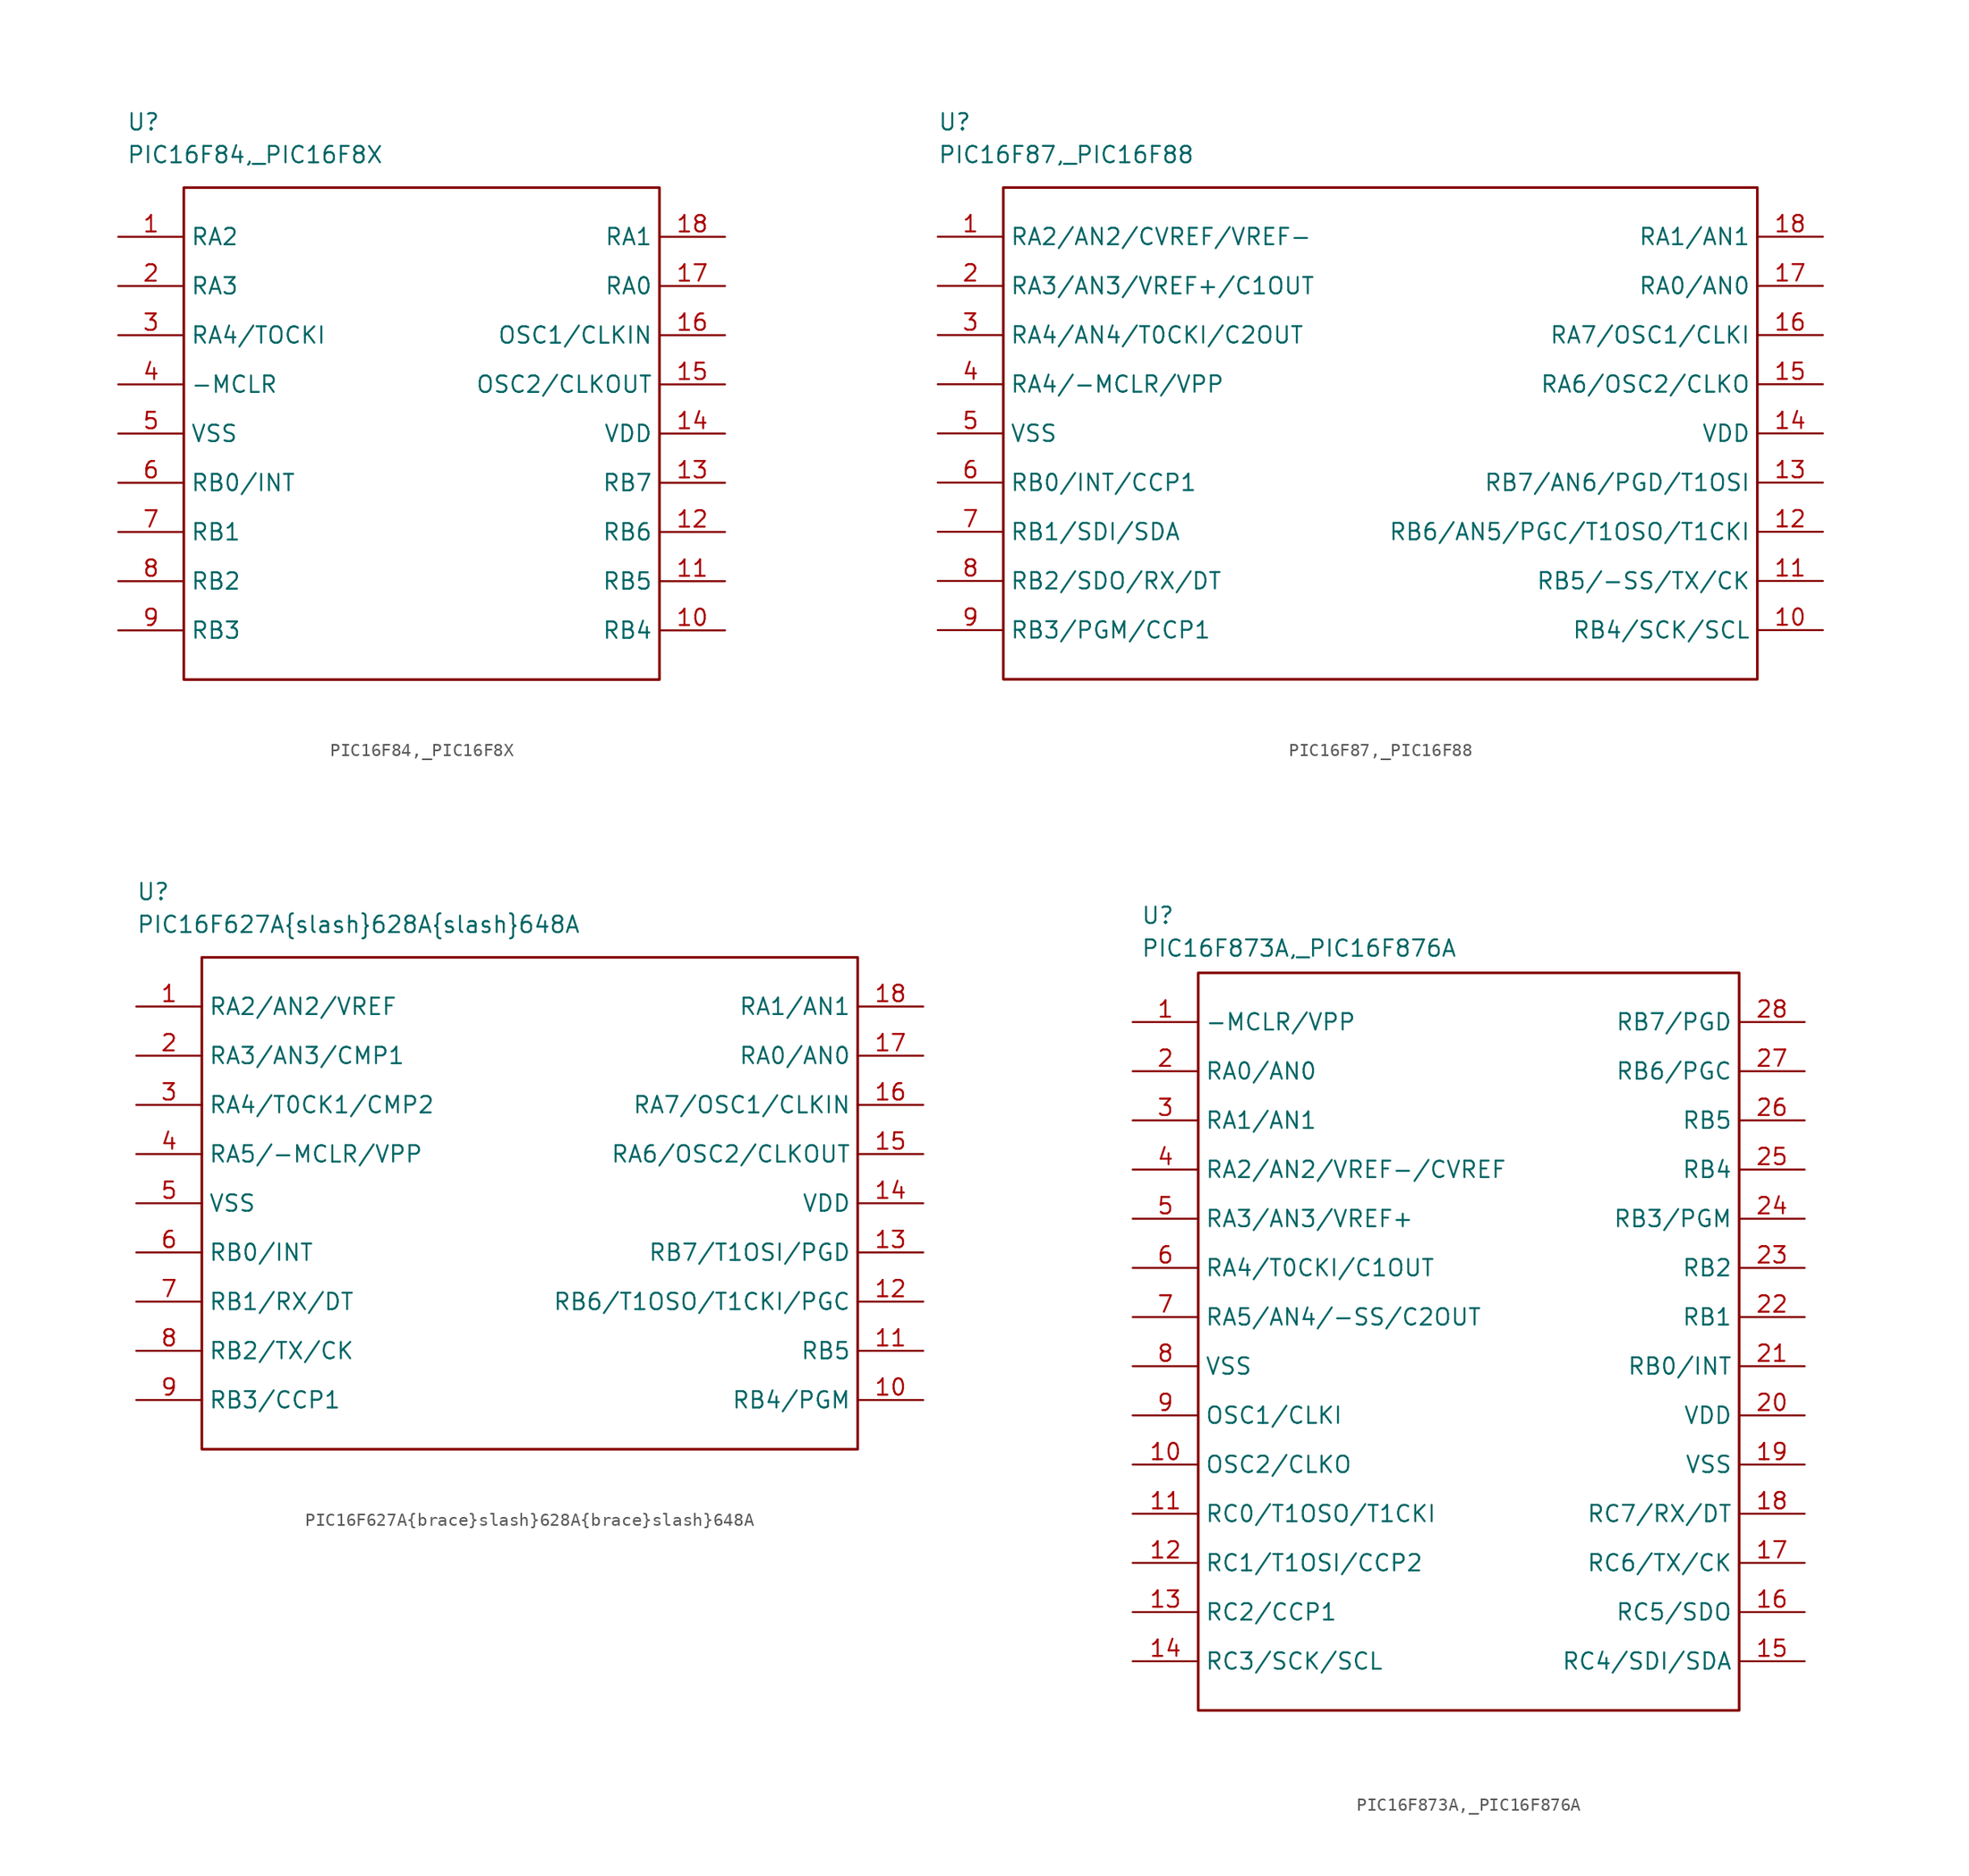
<source format=kicad_sym>
(kicad_symbol_lib
  (version 20211014)
  (generator kicad_symbol_editor)
  (symbol "PIC16F84,_PIC16F8X"
    (property "Reference" "U"
      (at -23.495 24.13 0)
      (effects (font (size 1.27 1.27)) (justify left)))
    (property "Value" "PIC16F84,_PIC16F8X"
      (at -23.495 21.59 0)
      (effects (font (size 1.27 1.27)) (justify left)))
    (property "ki_locked" ""
      (at 0 0 0)
      (effects (font (size 1.27 1.27))))
    (symbol "PIC16F84,_PIC16F8X_0_0"
      (rectangle (start -19.05 19.05) (end 17.78 -19.05) (stroke (width 0.203) (type default) (color 0 0 0 0)) (fill (type none))))
    (symbol "PIC16F84,_PIC16F8X_1_0"
      (pin unspecified line (at -24.13 15.24 0) (length 5.08) (name "RA2" (effects (font (size 1.27 1.27)))) (number "1" (effects (font (size 1.27 1.27)))))
      (pin unspecified line (at 22.86 -15.24 180) (length 5.08) (name "RB4" (effects (font (size 1.27 1.27)))) (number "10" (effects (font (size 1.27 1.27)))))
      (pin unspecified line (at 22.86 -11.43 180) (length 5.08) (name "RB5" (effects (font (size 1.27 1.27)))) (number "11" (effects (font (size 1.27 1.27)))))
      (pin unspecified line (at 22.86 -7.62 180) (length 5.08) (name "RB6" (effects (font (size 1.27 1.27)))) (number "12" (effects (font (size 1.27 1.27)))))
      (pin unspecified line (at 22.86 -3.81 180) (length 5.08) (name "RB7" (effects (font (size 1.27 1.27)))) (number "13" (effects (font (size 1.27 1.27)))))
      (pin unspecified line (at 22.86 0 180) (length 5.08) (name "VDD" (effects (font (size 1.27 1.27)))) (number "14" (effects (font (size 1.27 1.27)))))
      (pin unspecified line (at 22.86 3.81 180) (length 5.08) (name "OSC2/CLKOUT" (effects (font (size 1.27 1.27)))) (number "15" (effects (font (size 1.27 1.27)))))
      (pin unspecified line (at 22.86 7.62 180) (length 5.08) (name "OSC1/CLKIN" (effects (font (size 1.27 1.27)))) (number "16" (effects (font (size 1.27 1.27)))))
      (pin unspecified line (at 22.86 11.43 180) (length 5.08) (name "RA0" (effects (font (size 1.27 1.27)))) (number "17" (effects (font (size 1.27 1.27)))))
      (pin unspecified line (at 22.86 15.24 180) (length 5.08) (name "RA1" (effects (font (size 1.27 1.27)))) (number "18" (effects (font (size 1.27 1.27)))))
      (pin unspecified line (at -24.13 11.43 0) (length 5.08) (name "RA3" (effects (font (size 1.27 1.27)))) (number "2" (effects (font (size 1.27 1.27)))))
      (pin unspecified line (at -24.13 7.62 0) (length 5.08) (name "RA4/TOCKI" (effects (font (size 1.27 1.27)))) (number "3" (effects (font (size 1.27 1.27)))))
      (pin unspecified line (at -24.13 3.81 0) (length 5.08) (name "-MCLR" (effects (font (size 1.27 1.27)))) (number "4" (effects (font (size 1.27 1.27)))))
      (pin unspecified line (at -24.13 0 0) (length 5.08) (name "VSS" (effects (font (size 1.27 1.27)))) (number "5" (effects (font (size 1.27 1.27)))))
      (pin unspecified line (at -24.13 -3.81 0) (length 5.08) (name "RB0/INT" (effects (font (size 1.27 1.27)))) (number "6" (effects (font (size 1.27 1.27)))))
      (pin unspecified line (at -24.13 -7.62 0) (length 5.08) (name "RB1" (effects (font (size 1.27 1.27)))) (number "7" (effects (font (size 1.27 1.27)))))
      (pin unspecified line (at -24.13 -11.43 0) (length 5.08) (name "RB2" (effects (font (size 1.27 1.27)))) (number "8" (effects (font (size 1.27 1.27)))))
      (pin unspecified line (at -24.13 -15.24 0) (length 5.08) (name "RB3" (effects (font (size 1.27 1.27)))) (number "9" (effects (font (size 1.27 1.27)))))))
  (symbol "PIC16F87,_PIC16F88"
    (property "Reference" "U"
      (at -34.29 24.13 0)
      (effects (font (size 1.27 1.27)) (justify left)))
    (property "Value" "PIC16F87,_PIC16F88"
      (at -34.29 21.59 0)
      (effects (font (size 1.27 1.27)) (justify left)))
    (property "ki_locked" ""
      (at 0 0 0)
      (effects (font (size 1.27 1.27))))
    (symbol "PIC16F87,_PIC16F88_0_0"
      (rectangle (start -29.21 19.05) (end 29.21 -19.05) (stroke (width 0.203) (type default) (color 0 0 0 0)) (fill (type none))))
    (symbol "PIC16F87,_PIC16F88_1_0"
      (pin unspecified line (at -34.29 15.24 0) (length 5.08) (name "RA2/AN2/CVREF/VREF-" (effects (font (size 1.27 1.27)))) (number "1" (effects (font (size 1.27 1.27)))))
      (pin unspecified line (at 34.29 -15.24 180) (length 5.08) (name "RB4/SCK/SCL" (effects (font (size 1.27 1.27)))) (number "10" (effects (font (size 1.27 1.27)))))
      (pin unspecified line (at 34.29 -11.43 180) (length 5.08) (name "RB5/-SS/TX/CK" (effects (font (size 1.27 1.27)))) (number "11" (effects (font (size 1.27 1.27)))))
      (pin unspecified line (at 34.29 -7.62 180) (length 5.08) (name "RB6/AN5/PGC/T1OSO/T1CKI" (effects (font (size 1.27 1.27)))) (number "12" (effects (font (size 1.27 1.27)))))
      (pin unspecified line (at 34.29 -3.81 180) (length 5.08) (name "RB7/AN6/PGD/T1OSI" (effects (font (size 1.27 1.27)))) (number "13" (effects (font (size 1.27 1.27)))))
      (pin unspecified line (at 34.29 0 180) (length 5.08) (name "VDD" (effects (font (size 1.27 1.27)))) (number "14" (effects (font (size 1.27 1.27)))))
      (pin unspecified line (at 34.29 3.81 180) (length 5.08) (name "RA6/OSC2/CLKO" (effects (font (size 1.27 1.27)))) (number "15" (effects (font (size 1.27 1.27)))))
      (pin unspecified line (at 34.29 7.62 180) (length 5.08) (name "RA7/OSC1/CLKI" (effects (font (size 1.27 1.27)))) (number "16" (effects (font (size 1.27 1.27)))))
      (pin unspecified line (at 34.29 11.43 180) (length 5.08) (name "RA0/AN0" (effects (font (size 1.27 1.27)))) (number "17" (effects (font (size 1.27 1.27)))))
      (pin unspecified line (at 34.29 15.24 180) (length 5.08) (name "RA1/AN1" (effects (font (size 1.27 1.27)))) (number "18" (effects (font (size 1.27 1.27)))))
      (pin unspecified line (at -34.29 11.43 0) (length 5.08) (name "RA3/AN3/VREF+/C1OUT" (effects (font (size 1.27 1.27)))) (number "2" (effects (font (size 1.27 1.27)))))
      (pin unspecified line (at -34.29 7.62 0) (length 5.08) (name "RA4/AN4/T0CKI/C2OUT" (effects (font (size 1.27 1.27)))) (number "3" (effects (font (size 1.27 1.27)))))
      (pin unspecified line (at -34.29 3.81 0) (length 5.08) (name "RA4/-MCLR/VPP" (effects (font (size 1.27 1.27)))) (number "4" (effects (font (size 1.27 1.27)))))
      (pin unspecified line (at -34.29 0 0) (length 5.08) (name "VSS" (effects (font (size 1.27 1.27)))) (number "5" (effects (font (size 1.27 1.27)))))
      (pin unspecified line (at -34.29 -3.81 0) (length 5.08) (name "RB0/INT/CCP1" (effects (font (size 1.27 1.27)))) (number "6" (effects (font (size 1.27 1.27)))))
      (pin unspecified line (at -34.29 -7.62 0) (length 5.08) (name "RB1/SDI/SDA" (effects (font (size 1.27 1.27)))) (number "7" (effects (font (size 1.27 1.27)))))
      (pin unspecified line (at -34.29 -11.43 0) (length 5.08) (name "RB2/SDO/RX/DT" (effects (font (size 1.27 1.27)))) (number "8" (effects (font (size 1.27 1.27)))))
      (pin unspecified line (at -34.29 -15.24 0) (length 5.08) (name "RB3/PGM/CCP1" (effects (font (size 1.27 1.27)))) (number "9" (effects (font (size 1.27 1.27)))))))
  (symbol "PIC16F627A{brace}slash}628A{brace}slash}648A"
    (property "Reference" "U"
      (at -30.48 24.13 0)
      (effects (font (size 1.27 1.27)) (justify left)))
    (property "Value" "PIC16F627A{brace}slash}628A{brace}slash}648A"
      (at -30.48 21.59 0)
      (effects (font (size 1.27 1.27)) (justify left)))
    (property "ki_locked" ""
      (at 0 0 0)
      (effects (font (size 1.27 1.27))))
    (symbol "PIC16F627A{brace}slash}628A{brace}slash}648A_0_0"
      (rectangle (start -25.4 19.05) (end 25.4 -19.05) (stroke (width 0.203) (type default) (color 0 0 0 0)) (fill (type none))))
    (symbol "PIC16F627A{brace}slash}628A{brace}slash}648A_1_0"
      (pin unspecified line (at -30.48 15.24 0) (length 5.08) (name "RA2/AN2/VREF" (effects (font (size 1.27 1.27)))) (number "1" (effects (font (size 1.27 1.27)))))
      (pin unspecified line (at 30.48 -15.24 180) (length 5.08) (name "RB4/PGM" (effects (font (size 1.27 1.27)))) (number "10" (effects (font (size 1.27 1.27)))))
      (pin unspecified line (at 30.48 -11.43 180) (length 5.08) (name "RB5" (effects (font (size 1.27 1.27)))) (number "11" (effects (font (size 1.27 1.27)))))
      (pin unspecified line (at 30.48 -7.62 180) (length 5.08) (name "RB6/T1OSO/T1CKI/PGC" (effects (font (size 1.27 1.27)))) (number "12" (effects (font (size 1.27 1.27)))))
      (pin unspecified line (at 30.48 -3.81 180) (length 5.08) (name "RB7/T1OSI/PGD" (effects (font (size 1.27 1.27)))) (number "13" (effects (font (size 1.27 1.27)))))
      (pin unspecified line (at 30.48 0 180) (length 5.08) (name "VDD" (effects (font (size 1.27 1.27)))) (number "14" (effects (font (size 1.27 1.27)))))
      (pin unspecified line (at 30.48 3.81 180) (length 5.08) (name "RA6/OSC2/CLKOUT" (effects (font (size 1.27 1.27)))) (number "15" (effects (font (size 1.27 1.27)))))
      (pin unspecified line (at 30.48 7.62 180) (length 5.08) (name "RA7/OSC1/CLKIN" (effects (font (size 1.27 1.27)))) (number "16" (effects (font (size 1.27 1.27)))))
      (pin unspecified line (at 30.48 11.43 180) (length 5.08) (name "RA0/AN0" (effects (font (size 1.27 1.27)))) (number "17" (effects (font (size 1.27 1.27)))))
      (pin unspecified line (at 30.48 15.24 180) (length 5.08) (name "RA1/AN1" (effects (font (size 1.27 1.27)))) (number "18" (effects (font (size 1.27 1.27)))))
      (pin unspecified line (at -30.48 11.43 0) (length 5.08) (name "RA3/AN3/CMP1" (effects (font (size 1.27 1.27)))) (number "2" (effects (font (size 1.27 1.27)))))
      (pin unspecified line (at -30.48 7.62 0) (length 5.08) (name "RA4/T0CK1/CMP2" (effects (font (size 1.27 1.27)))) (number "3" (effects (font (size 1.27 1.27)))))
      (pin unspecified line (at -30.48 3.81 0) (length 5.08) (name "RA5/-MCLR/VPP" (effects (font (size 1.27 1.27)))) (number "4" (effects (font (size 1.27 1.27)))))
      (pin unspecified line (at -30.48 0 0) (length 5.08) (name "VSS" (effects (font (size 1.27 1.27)))) (number "5" (effects (font (size 1.27 1.27)))))
      (pin unspecified line (at -30.48 -3.81 0) (length 5.08) (name "RB0/INT" (effects (font (size 1.27 1.27)))) (number "6" (effects (font (size 1.27 1.27)))))
      (pin unspecified line (at -30.48 -7.62 0) (length 5.08) (name "RB1/RX/DT" (effects (font (size 1.27 1.27)))) (number "7" (effects (font (size 1.27 1.27)))))
      (pin unspecified line (at -30.48 -11.43 0) (length 5.08) (name "RB2/TX/CK" (effects (font (size 1.27 1.27)))) (number "8" (effects (font (size 1.27 1.27)))))
      (pin unspecified line (at -30.48 -15.24 0) (length 5.08) (name "RB3/CCP1" (effects (font (size 1.27 1.27)))) (number "9" (effects (font (size 1.27 1.27)))))))
  (symbol "PIC16F873A,_PIC16F876A"
    (property "Reference" "U"
      (at -26.035 33.655 0)
      (effects (font (size 1.27 1.27)) (justify left)))
    (property "Value" "PIC16F873A,_PIC16F876A"
      (at -26.035 31.115 0)
      (effects (font (size 1.27 1.27)) (justify left)))
    (property "ki_locked" ""
      (at 0 0 0)
      (effects (font (size 1.27 1.27))))
    (symbol "PIC16F873A,_PIC16F876A_0_0"
      (rectangle (start -21.59 29.21) (end 20.32 -27.94) (stroke (width 0.203) (type default) (color 0 0 0 0)) (fill (type none))))
    (symbol "PIC16F873A,_PIC16F876A_1_0"
      (pin unspecified line (at -26.67 25.4 0) (length 5.08) (name "-MCLR/VPP" (effects (font (size 1.27 1.27)))) (number "1" (effects (font (size 1.27 1.27)))))
      (pin unspecified line (at -26.67 -8.89 0) (length 5.08) (name "OSC2/CLKO" (effects (font (size 1.27 1.27)))) (number "10" (effects (font (size 1.27 1.27)))))
      (pin unspecified line (at -26.67 -12.7 0) (length 5.08) (name "RC0/T1OSO/T1CKI" (effects (font (size 1.27 1.27)))) (number "11" (effects (font (size 1.27 1.27)))))
      (pin unspecified line (at -26.67 -16.51 0) (length 5.08) (name "RC1/T1OSI/CCP2" (effects (font (size 1.27 1.27)))) (number "12" (effects (font (size 1.27 1.27)))))
      (pin unspecified line (at -26.67 -20.32 0) (length 5.08) (name "RC2/CCP1" (effects (font (size 1.27 1.27)))) (number "13" (effects (font (size 1.27 1.27)))))
      (pin unspecified line (at -26.67 -24.13 0) (length 5.08) (name "RC3/SCK/SCL" (effects (font (size 1.27 1.27)))) (number "14" (effects (font (size 1.27 1.27)))))
      (pin unspecified line (at 25.4 -24.13 180) (length 5.08) (name "RC4/SDI/SDA" (effects (font (size 1.27 1.27)))) (number "15" (effects (font (size 1.27 1.27)))))
      (pin unspecified line (at 25.4 -20.32 180) (length 5.08) (name "RC5/SDO" (effects (font (size 1.27 1.27)))) (number "16" (effects (font (size 1.27 1.27)))))
      (pin unspecified line (at 25.4 -16.51 180) (length 5.08) (name "RC6/TX/CK" (effects (font (size 1.27 1.27)))) (number "17" (effects (font (size 1.27 1.27)))))
      (pin unspecified line (at 25.4 -12.7 180) (length 5.08) (name "RC7/RX/DT" (effects (font (size 1.27 1.27)))) (number "18" (effects (font (size 1.27 1.27)))))
      (pin unspecified line (at 25.4 -8.89 180) (length 5.08) (name "VSS" (effects (font (size 1.27 1.27)))) (number "19" (effects (font (size 1.27 1.27)))))
      (pin unspecified line (at -26.67 21.59 0) (length 5.08) (name "RA0/AN0" (effects (font (size 1.27 1.27)))) (number "2" (effects (font (size 1.27 1.27)))))
      (pin unspecified line (at 25.4 -5.08 180) (length 5.08) (name "VDD" (effects (font (size 1.27 1.27)))) (number "20" (effects (font (size 1.27 1.27)))))
      (pin unspecified line (at 25.4 -1.27 180) (length 5.08) (name "RB0/INT" (effects (font (size 1.27 1.27)))) (number "21" (effects (font (size 1.27 1.27)))))
      (pin unspecified line (at 25.4 2.54 180) (length 5.08) (name "RB1" (effects (font (size 1.27 1.27)))) (number "22" (effects (font (size 1.27 1.27)))))
      (pin unspecified line (at 25.4 6.35 180) (length 5.08) (name "RB2" (effects (font (size 1.27 1.27)))) (number "23" (effects (font (size 1.27 1.27)))))
      (pin unspecified line (at 25.4 10.16 180) (length 5.08) (name "RB3/PGM" (effects (font (size 1.27 1.27)))) (number "24" (effects (font (size 1.27 1.27)))))
      (pin unspecified line (at 25.4 13.97 180) (length 5.08) (name "RB4" (effects (font (size 1.27 1.27)))) (number "25" (effects (font (size 1.27 1.27)))))
      (pin unspecified line (at 25.4 17.78 180) (length 5.08) (name "RB5" (effects (font (size 1.27 1.27)))) (number "26" (effects (font (size 1.27 1.27)))))
      (pin unspecified line (at 25.4 21.59 180) (length 5.08) (name "RB6/PGC" (effects (font (size 1.27 1.27)))) (number "27" (effects (font (size 1.27 1.27)))))
      (pin unspecified line (at 25.4 25.4 180) (length 5.08) (name "RB7/PGD" (effects (font (size 1.27 1.27)))) (number "28" (effects (font (size 1.27 1.27)))))
      (pin unspecified line (at -26.67 17.78 0) (length 5.08) (name "RA1/AN1" (effects (font (size 1.27 1.27)))) (number "3" (effects (font (size 1.27 1.27)))))
      (pin unspecified line (at -26.67 13.97 0) (length 5.08) (name "RA2/AN2/VREF-/CVREF" (effects (font (size 1.27 1.27)))) (number "4" (effects (font (size 1.27 1.27)))))
      (pin unspecified line (at -26.67 10.16 0) (length 5.08) (name "RA3/AN3/VREF+" (effects (font (size 1.27 1.27)))) (number "5" (effects (font (size 1.27 1.27)))))
      (pin unspecified line (at -26.67 6.35 0) (length 5.08) (name "RA4/T0CKI/C1OUT" (effects (font (size 1.27 1.27)))) (number "6" (effects (font (size 1.27 1.27)))))
      (pin unspecified line (at -26.67 2.54 0) (length 5.08) (name "RA5/AN4/-SS/C2OUT" (effects (font (size 1.27 1.27)))) (number "7" (effects (font (size 1.27 1.27)))))
      (pin unspecified line (at -26.67 -1.27 0) (length 5.08) (name "VSS" (effects (font (size 1.27 1.27)))) (number "8" (effects (font (size 1.27 1.27)))))
      (pin unspecified line (at -26.67 -5.08 0) (length 5.08) (name "OSC1/CLKI" (effects (font (size 1.27 1.27)))) (number "9" (effects (font (size 1.27 1.27))))))))
</source>
